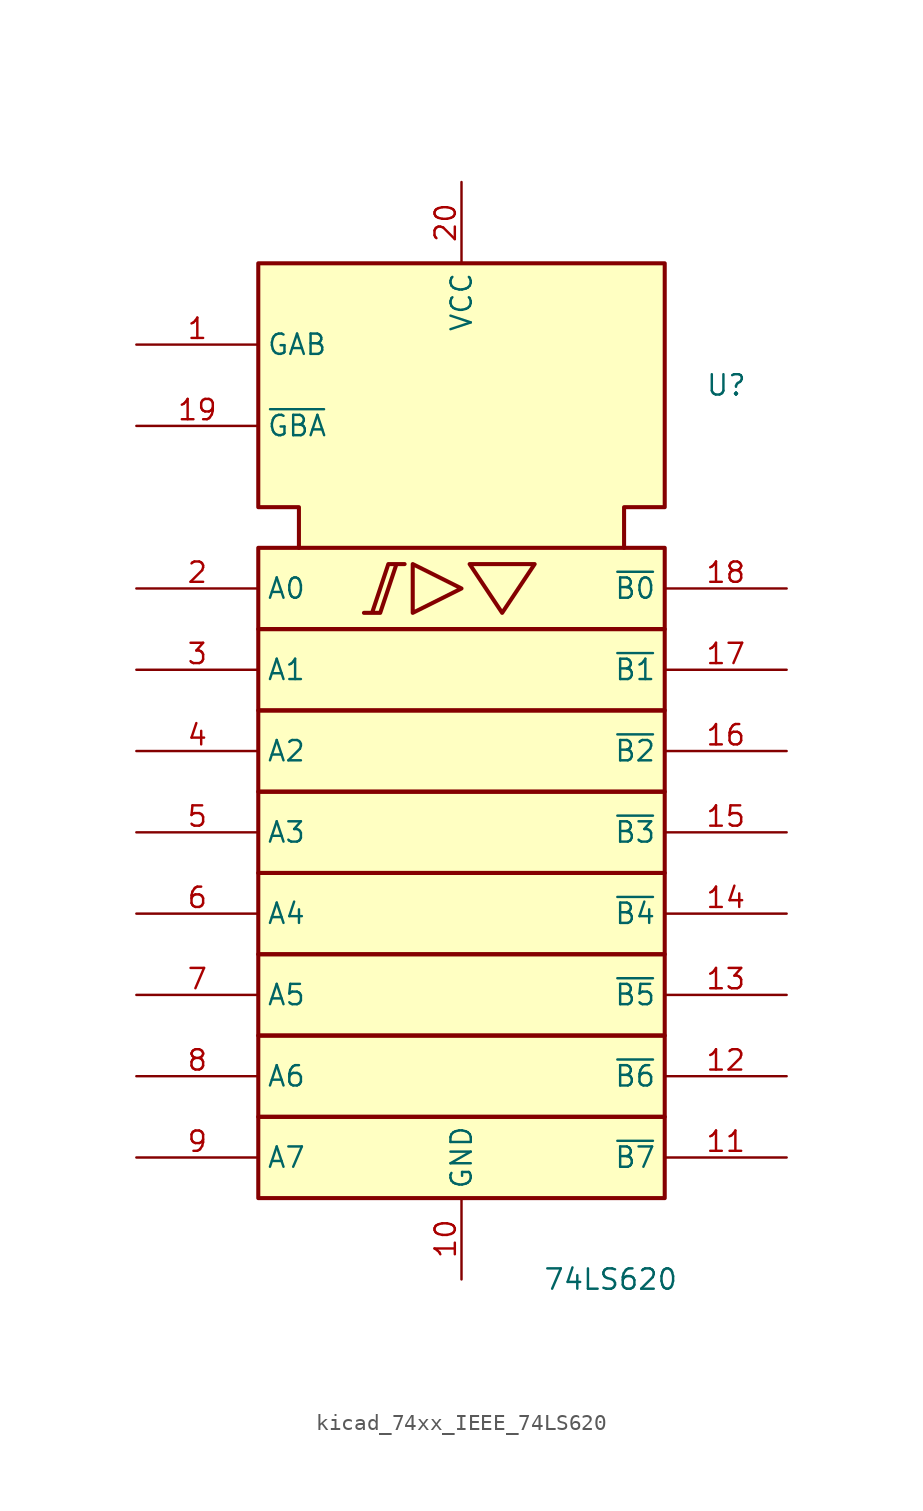
<source format=kicad_sym>
(kicad_symbol_lib
  (version 20220914)
  (generator kicad_symbol_editor)
  (symbol "kicad_74xx_IEEE_74LS620"
    (property "Reference" "U"
      (at 15.24 25.4 0)
      (effects (font (size 1.27 1.27)) (justify left)))
    (property "Value" "74LS620"
      (at 5.08 -30.48 0)
      (effects (font (size 1.27 1.27)) (justify left)))
    (symbol "kicad_74xx_IEEE_74LS620_0_0"
      (polyline (pts (xy -3.048 14.224) (xy -3.048 11.176) (xy 0 12.7) (xy -3.048 14.224) (xy -3.048 14.224)) (stroke (width 0.254) (type default)) (fill (type background)))
      (polyline (pts (xy 0.508 14.224) (xy 4.572 14.224) (xy 2.54 11.176) (xy 0.508 14.224) (xy 0.508 14.224)) (stroke (width 0.254) (type default)) (fill (type background)))
      (polyline (pts (xy -5.08 11.176) (xy -6.096 11.176) (xy -5.08 11.176) (xy -4.064 14.224) (xy -3.556 14.224) (xy -4.572 14.224) (xy -5.588 11.176) (xy -5.588 11.176)) (stroke (width 0.254) (type default)) (fill (type background)))
      (pin power_in line (at 0 -30.48 90) (length 5.08) (name "GND" (effects (font (size 1.27 1.27)))) (number "10" (effects (font (size 1.27 1.27)))))
      (pin power_in line (at 0 38.1 270) (length 5.08) (name "VCC" (effects (font (size 1.27 1.27)))) (number "20" (effects (font (size 1.27 1.27))))))
    (symbol "kicad_74xx_IEEE_74LS620_0_1"
      (rectangle (start -12.7 -20.32) (end 12.7 -25.4) (stroke (width 0.254) (type default)) (fill (type background)))
      (rectangle (start -12.7 -15.24) (end 12.7 -20.32) (stroke (width 0.254) (type default)) (fill (type background)))
      (rectangle (start -12.7 -10.16) (end 12.7 -15.24) (stroke (width 0.254) (type default)) (fill (type background)))
      (rectangle (start -12.7 -5.08) (end 12.7 -10.16) (stroke (width 0.254) (type default)) (fill (type background)))
      (rectangle (start -12.7 0) (end 12.7 -5.08) (stroke (width 0.254) (type default)) (fill (type background)))
      (rectangle (start -12.7 5.08) (end 12.7 0) (stroke (width 0.254) (type default)) (fill (type background)))
      (rectangle (start -12.7 10.16) (end 12.7 5.08) (stroke (width 0.254) (type default)) (fill (type background)))
      (rectangle (start -12.7 15.24) (end 12.7 10.16) (stroke (width 0.254) (type default)) (fill (type background)))
      (polyline (pts (xy -10.16 15.24) (xy -10.16 17.78) (xy -12.7 17.78) (xy -12.7 33.02) (xy 12.7 33.02) (xy 12.7 17.78) (xy 10.16 17.78) (xy 10.16 15.24) (xy 10.16 15.24)) (stroke (width 0.254) (type default)) (fill (type background))))
    (symbol "kicad_74xx_IEEE_74LS620_1_1"
      (pin input line (at -20.32 27.94 0) (length 7.62) (name "GAB" (effects (font (size 1.27 1.27)))) (number "1" (effects (font (size 1.27 1.27)))))
      (pin tri_state line (at 20.32 -22.86 180) (length 7.62) (name "~{B7}" (effects (font (size 1.27 1.27)))) (number "11" (effects (font (size 1.27 1.27)))))
      (pin tri_state line (at 20.32 -17.78 180) (length 7.62) (name "~{B6}" (effects (font (size 1.27 1.27)))) (number "12" (effects (font (size 1.27 1.27)))))
      (pin tri_state line (at 20.32 -12.7 180) (length 7.62) (name "~{B5}" (effects (font (size 1.27 1.27)))) (number "13" (effects (font (size 1.27 1.27)))))
      (pin tri_state line (at 20.32 -7.62 180) (length 7.62) (name "~{B4}" (effects (font (size 1.27 1.27)))) (number "14" (effects (font (size 1.27 1.27)))))
      (pin tri_state line (at 20.32 -2.54 180) (length 7.62) (name "~{B3}" (effects (font (size 1.27 1.27)))) (number "15" (effects (font (size 1.27 1.27)))))
      (pin tri_state line (at 20.32 2.54 180) (length 7.62) (name "~{B2}" (effects (font (size 1.27 1.27)))) (number "16" (effects (font (size 1.27 1.27)))))
      (pin tri_state line (at 20.32 7.62 180) (length 7.62) (name "~{B1}" (effects (font (size 1.27 1.27)))) (number "17" (effects (font (size 1.27 1.27)))))
      (pin tri_state line (at 20.32 12.7 180) (length 7.62) (name "~{B0}" (effects (font (size 1.27 1.27)))) (number "18" (effects (font (size 1.27 1.27)))))
      (pin input line (at -20.32 22.86 0) (length 7.62) (name "~{GBA}" (effects (font (size 1.27 1.27)))) (number "19" (effects (font (size 1.27 1.27)))))
      (pin tri_state line (at -20.32 12.7 0) (length 7.62) (name "A0" (effects (font (size 1.27 1.27)))) (number "2" (effects (font (size 1.27 1.27)))))
      (pin tri_state line (at -20.32 7.62 0) (length 7.62) (name "A1" (effects (font (size 1.27 1.27)))) (number "3" (effects (font (size 1.27 1.27)))))
      (pin tri_state line (at -20.32 2.54 0) (length 7.62) (name "A2" (effects (font (size 1.27 1.27)))) (number "4" (effects (font (size 1.27 1.27)))))
      (pin tri_state line (at -20.32 -2.54 0) (length 7.62) (name "A3" (effects (font (size 1.27 1.27)))) (number "5" (effects (font (size 1.27 1.27)))))
      (pin tri_state line (at -20.32 -7.62 0) (length 7.62) (name "A4" (effects (font (size 1.27 1.27)))) (number "6" (effects (font (size 1.27 1.27)))))
      (pin tri_state line (at -20.32 -12.7 0) (length 7.62) (name "A5" (effects (font (size 1.27 1.27)))) (number "7" (effects (font (size 1.27 1.27)))))
      (pin tri_state line (at -20.32 -17.78 0) (length 7.62) (name "A6" (effects (font (size 1.27 1.27)))) (number "8" (effects (font (size 1.27 1.27)))))
      (pin tri_state line (at -20.32 -22.86 0) (length 7.62) (name "A7" (effects (font (size 1.27 1.27)))) (number "9" (effects (font (size 1.27 1.27))))))))
</source>
